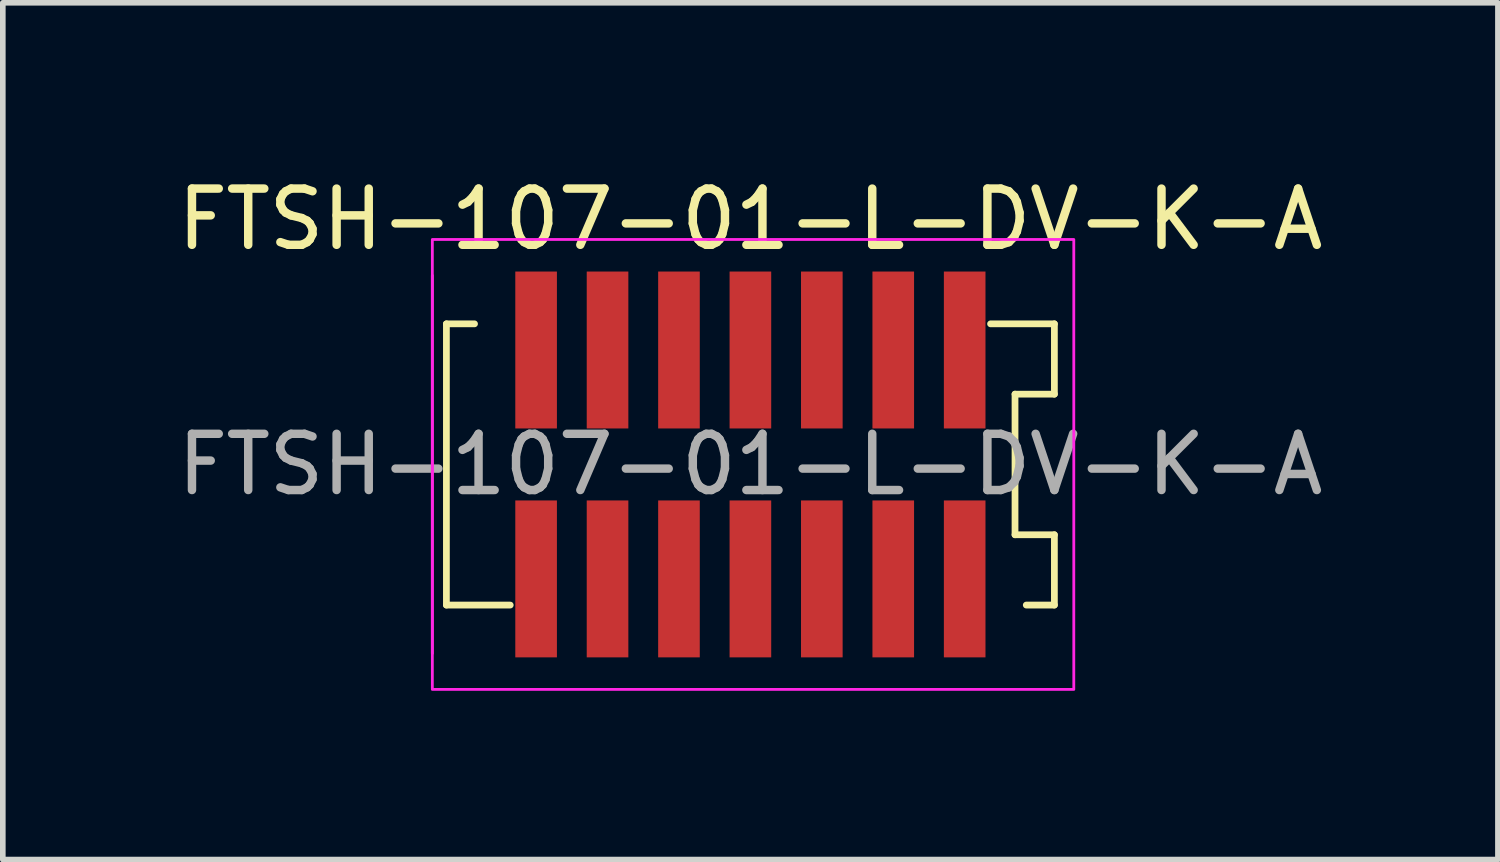
<source format=kicad_pcb>
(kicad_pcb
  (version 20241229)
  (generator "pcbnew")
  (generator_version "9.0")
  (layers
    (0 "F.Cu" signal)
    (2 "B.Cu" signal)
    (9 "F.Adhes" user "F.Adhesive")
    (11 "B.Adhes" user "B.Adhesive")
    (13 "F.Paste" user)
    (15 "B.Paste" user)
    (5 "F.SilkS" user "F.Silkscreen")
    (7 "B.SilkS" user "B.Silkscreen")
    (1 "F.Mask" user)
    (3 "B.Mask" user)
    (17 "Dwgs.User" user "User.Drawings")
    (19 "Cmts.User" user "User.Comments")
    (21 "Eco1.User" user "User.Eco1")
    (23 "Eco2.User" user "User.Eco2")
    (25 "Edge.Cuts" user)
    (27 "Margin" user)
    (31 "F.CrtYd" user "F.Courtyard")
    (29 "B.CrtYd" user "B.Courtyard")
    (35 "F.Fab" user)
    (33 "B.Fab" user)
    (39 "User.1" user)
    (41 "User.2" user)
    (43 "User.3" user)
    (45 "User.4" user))
  (footprint "FTSH-107-01-L-DV-K-A"
    (layer "F.Cu")
    (at 10.292 5.208)
    (property "Reference" "FTSH-107-01-L-DV-K-A" (at 0 -4.36 0) (layer "F.SilkS") (effects (font (size 1 1) (thickness 0.15))))
    (attr smd)
    (fp_line (start -5.405 -2.5) (end -5.405 2.5) (stroke (width 0.12) (type default)) (layer "F.SilkS"))
    (fp_line (start -5.405 2.5) (end -4.27 2.5) (stroke (width 0.12) (type default)) (layer "F.SilkS"))
    (fp_line (start -4.905 -2.5) (end -5.405 -2.5) (stroke (width 0.12) (type default)) (layer "F.SilkS"))
    (fp_line (start 4.27 -2.5) (end 5.405 -2.5) (stroke (width 0.12) (type default)) (layer "F.SilkS"))
    (fp_line (start 4.705 -1.25) (end 4.705 1.25) (stroke (width 0.12) (type default)) (layer "F.SilkS"))
    (fp_line (start 4.705 1.25) (end 5.405 1.25) (stroke (width 0.12) (type default)) (layer "F.SilkS"))
    (fp_line (start 5.405 -2.5) (end 5.405 -1.25) (stroke (width 0.12) (type default)) (layer "F.SilkS"))
    (fp_line (start 5.405 -1.25) (end 4.705 -1.25) (stroke (width 0.12) (type default)) (layer "F.SilkS"))
    (fp_line (start 5.405 1.25) (end 5.405 2.5) (stroke (width 0.12) (type default)) (layer "F.SilkS"))
    (fp_line (start 5.405 2.5) (end 4.905 2.5) (stroke (width 0.12) (type default)) (layer "F.SilkS"))
    (fp_line (start -5.655 3.36) (end -5.655 -3.36) (stroke (width 0.05) (type default)) (layer "F.CrtYd"))
    (fp_rect (start -5.655 -4) (end 5.75 4) (stroke (width 0.05) (type default)) (fill no) (layer "F.CrtYd"))
    (fp_text user "${REFERENCE}" (at 0 0 0) (layer "F.Fab") (effects (font (size 1 1) (thickness 0.15))))
    (pad "1" smd rect (at -3.81 -2.035) (size 0.74 2.79) (layers "F.Cu" "F.Mask" "F.Paste"))
    (pad "2" smd rect (at -3.81 2.035) (size 0.74 2.79) (layers "F.Cu" "F.Mask" "F.Paste"))
    (pad "3" smd rect (at -2.54 -2.035) (size 0.74 2.79) (layers "F.Cu" "F.Mask" "F.Paste"))
    (pad "4" smd rect (at -2.54 2.035) (size 0.74 2.79) (layers "F.Cu" "F.Mask" "F.Paste"))
    (pad "5" smd rect (at -1.27 -2.035) (size 0.74 2.79) (layers "F.Cu" "F.Mask" "F.Paste"))
    (pad "6" smd rect (at -1.27 2.035) (size 0.74 2.79) (layers "F.Cu" "F.Mask" "F.Paste"))
    (pad "7" smd rect (at 0 -2.035) (size 0.74 2.79) (layers "F.Cu" "F.Mask" "F.Paste"))
    (pad "8" smd rect (at 0 2.035) (size 0.74 2.79) (layers "F.Cu" "F.Mask" "F.Paste"))
    (pad "9" smd rect (at 1.27 -2.035) (size 0.74 2.79) (layers "F.Cu" "F.Mask" "F.Paste"))
    (pad "10" smd rect (at 1.27 2.035) (size 0.74 2.79) (layers "F.Cu" "F.Mask" "F.Paste"))
    (pad "11" smd rect (at 2.54 -2.035) (size 0.74 2.79) (layers "F.Cu" "F.Mask" "F.Paste"))
    (pad "12" smd rect (at 2.54 2.035) (size 0.74 2.79) (layers "F.Cu" "F.Mask" "F.Paste"))
    (pad "13" smd rect (at 3.81 -2.035) (size 0.74 2.79) (layers "F.Cu" "F.Mask" "F.Paste"))
    (pad "14" smd rect (at 3.81 2.035) (size 0.74 2.79) (layers "F.Cu" "F.Mask" "F.Paste")))
  (gr_rect
    (start -3 -3)
    (end 23.583 12.233)
    (stroke (width 0.1) (type default))
    (fill no)
    (layer "Edge.Cuts")))
</source>
